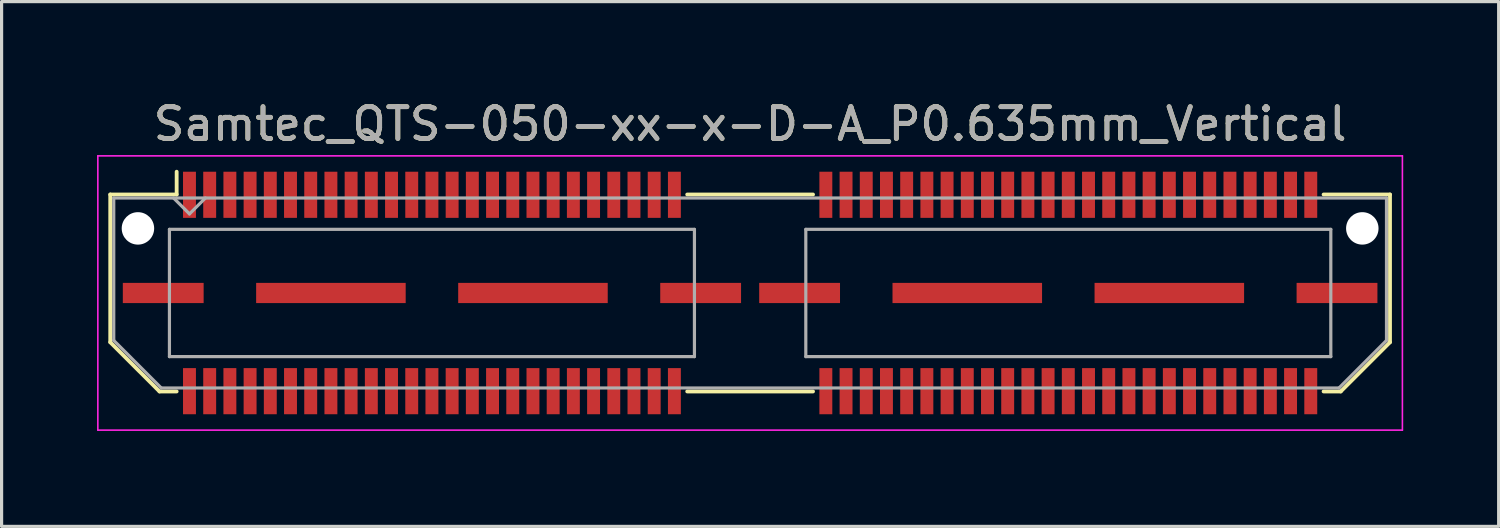
<source format=kicad_pcb>
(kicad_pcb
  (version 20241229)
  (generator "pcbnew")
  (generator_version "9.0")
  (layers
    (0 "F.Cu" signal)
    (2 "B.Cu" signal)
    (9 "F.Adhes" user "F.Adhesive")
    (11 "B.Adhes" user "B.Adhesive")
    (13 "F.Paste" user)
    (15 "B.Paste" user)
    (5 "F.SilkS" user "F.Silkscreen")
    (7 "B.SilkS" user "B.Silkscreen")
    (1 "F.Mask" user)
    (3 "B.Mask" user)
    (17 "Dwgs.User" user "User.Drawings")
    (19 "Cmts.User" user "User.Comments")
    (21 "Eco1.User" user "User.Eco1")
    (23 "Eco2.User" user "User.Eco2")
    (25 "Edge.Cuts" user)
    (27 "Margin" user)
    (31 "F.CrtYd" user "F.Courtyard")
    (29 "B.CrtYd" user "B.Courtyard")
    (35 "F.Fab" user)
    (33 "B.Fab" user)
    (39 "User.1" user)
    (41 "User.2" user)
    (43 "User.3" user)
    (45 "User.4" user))
  (footprint "Samtec_QTS-050-xx-x-D-A_P0.635mm_Vertical"
    (layer "F.Cu")
    (at 20.525 6.158)
    (property "Reference" "Samtec_QTS-050-xx-x-D-A_P0.635mm_Vertical" (at 0 -5.31 0) (layer "F.SilkS") (effects (font (size 1 1) (thickness 0.15))))
    (attr smd)
    (fp_line (start -20.11 -3.095) (end -20.11 1.548) (stroke (width 0.12) (type solid)) (layer "F.SilkS"))
    (fp_line (start -20.11 1.548) (end -18.562 3.095) (stroke (width 0.12) (type solid)) (layer "F.SilkS"))
    (fp_line (start -18.562 3.095) (end -18.023 3.095) (stroke (width 0.12) (type solid)) (layer "F.SilkS"))
    (fp_line (start -18.023 -3.811) (end -18.023 -3.095) (stroke (width 0.12) (type solid)) (layer "F.SilkS"))
    (fp_line (start -18.023 -3.095) (end -20.11 -3.095) (stroke (width 0.12) (type solid)) (layer "F.SilkS"))
    (fp_line (start -1.977 -3.095) (end 1.977 -3.095) (stroke (width 0.12) (type solid)) (layer "F.SilkS"))
    (fp_line (start -1.977 3.095) (end 1.977 3.095) (stroke (width 0.12) (type solid)) (layer "F.SilkS"))
    (fp_line (start 18.023 -3.095) (end 20.11 -3.095) (stroke (width 0.12) (type solid)) (layer "F.SilkS"))
    (fp_line (start 18.562 3.095) (end 18.023 3.095) (stroke (width 0.12) (type solid)) (layer "F.SilkS"))
    (fp_line (start 20.11 -3.095) (end 20.11 1.548) (stroke (width 0.12) (type solid)) (layer "F.SilkS"))
    (fp_line (start 20.11 1.548) (end 18.562 3.095) (stroke (width 0.12) (type solid)) (layer "F.SilkS"))
    (fp_line (start -20.5 -4.31) (end -20.5 4.31) (stroke (width 0.05) (type solid)) (layer "F.CrtYd"))
    (fp_line (start -20.5 4.31) (end 20.5 4.31) (stroke (width 0.05) (type solid)) (layer "F.CrtYd"))
    (fp_line (start 20.5 -4.31) (end -20.5 -4.31) (stroke (width 0.05) (type solid)) (layer "F.CrtYd"))
    (fp_line (start 20.5 4.31) (end 20.5 -4.31) (stroke (width 0.05) (type solid)) (layer "F.CrtYd"))
    (fp_line (start -20 -2.985) (end -20 1.492) (stroke (width 0.1) (type solid)) (layer "F.Fab"))
    (fp_line (start -20 -2.985) (end 20 -2.985) (stroke (width 0.1) (type solid)) (layer "F.Fab"))
    (fp_line (start -20 1.492) (end -18.508 2.985) (stroke (width 0.1) (type solid)) (layer "F.Fab"))
    (fp_line (start -18.508 2.985) (end 18.508 2.985) (stroke (width 0.1) (type solid)) (layer "F.Fab"))
    (fp_line (start -18.25 -2) (end -18.25 2) (stroke (width 0.1) (type solid)) (layer "F.Fab"))
    (fp_line (start -18.25 2) (end -1.75 2) (stroke (width 0.1) (type solid)) (layer "F.Fab"))
    (fp_line (start -17.62 -2.485) (end -18.12 -2.985) (stroke (width 0.1) (type solid)) (layer "F.Fab"))
    (fp_line (start -17.12 -2.985) (end -17.62 -2.485) (stroke (width 0.1) (type solid)) (layer "F.Fab"))
    (fp_line (start -1.75 -2) (end -18.25 -2) (stroke (width 0.1) (type solid)) (layer "F.Fab"))
    (fp_line (start -1.75 2) (end -1.75 -2) (stroke (width 0.1) (type solid)) (layer "F.Fab"))
    (fp_line (start 1.75 -2) (end 1.75 2) (stroke (width 0.1) (type solid)) (layer "F.Fab"))
    (fp_line (start 1.75 2) (end 18.25 2) (stroke (width 0.1) (type solid)) (layer "F.Fab"))
    (fp_line (start 18.25 -2) (end 1.75 -2) (stroke (width 0.1) (type solid)) (layer "F.Fab"))
    (fp_line (start 18.25 2) (end 18.25 -2) (stroke (width 0.1) (type solid)) (layer "F.Fab"))
    (fp_line (start 20 -2.985) (end 20 1.492) (stroke (width 0.1) (type solid)) (layer "F.Fab"))
    (fp_line (start 20 1.492) (end 18.508 2.985) (stroke (width 0.1) (type solid)) (layer "F.Fab"))
    (fp_text user "${REFERENCE}" (at 0 -5.31 0) (layer "F.Fab") (effects (font (size 1 1) (thickness 0.15))))
    (pad "" np_thru_hole circle (at -19.24 -2.03) (size 1.02 1.02) (drill 1.02) (layers "*.Cu" "*.Mask"))
    (pad "" np_thru_hole circle (at 19.24 -2.03) (size 1.02 1.02) (drill 1.02) (layers "*.Cu" "*.Mask"))
    (pad "1" smd rect (at -17.62 -3.086) (size 0.406 1.45) (layers "F.Cu" "F.Mask" "F.Paste"))
    (pad "2" smd rect (at -17.62 3.086) (size 0.406 1.45) (layers "F.Cu" "F.Mask" "F.Paste"))
    (pad "3" smd rect (at -16.985 -3.086) (size 0.406 1.45) (layers "F.Cu" "F.Mask" "F.Paste"))
    (pad "4" smd rect (at -16.985 3.086) (size 0.406 1.45) (layers "F.Cu" "F.Mask" "F.Paste"))
    (pad "5" smd rect (at -16.35 -3.086) (size 0.406 1.45) (layers "F.Cu" "F.Mask" "F.Paste"))
    (pad "6" smd rect (at -16.35 3.086) (size 0.406 1.45) (layers "F.Cu" "F.Mask" "F.Paste"))
    (pad "7" smd rect (at -15.715 -3.086) (size 0.406 1.45) (layers "F.Cu" "F.Mask" "F.Paste"))
    (pad "8" smd rect (at -15.715 3.086) (size 0.406 1.45) (layers "F.Cu" "F.Mask" "F.Paste"))
    (pad "9" smd rect (at -15.08 -3.086) (size 0.406 1.45) (layers "F.Cu" "F.Mask" "F.Paste"))
    (pad "10" smd rect (at -15.08 3.086) (size 0.406 1.45) (layers "F.Cu" "F.Mask" "F.Paste"))
    (pad "11" smd rect (at -14.445 -3.086) (size 0.406 1.45) (layers "F.Cu" "F.Mask" "F.Paste"))
    (pad "12" smd rect (at -14.445 3.086) (size 0.406 1.45) (layers "F.Cu" "F.Mask" "F.Paste"))
    (pad "13" smd rect (at -13.81 -3.086) (size 0.406 1.45) (layers "F.Cu" "F.Mask" "F.Paste"))
    (pad "14" smd rect (at -13.81 3.086) (size 0.406 1.45) (layers "F.Cu" "F.Mask" "F.Paste"))
    (pad "15" smd rect (at -13.175 -3.086) (size 0.406 1.45) (layers "F.Cu" "F.Mask" "F.Paste"))
    (pad "16" smd rect (at -13.175 3.086) (size 0.406 1.45) (layers "F.Cu" "F.Mask" "F.Paste"))
    (pad "17" smd rect (at -12.54 -3.086) (size 0.406 1.45) (layers "F.Cu" "F.Mask" "F.Paste"))
    (pad "18" smd rect (at -12.54 3.086) (size 0.406 1.45) (layers "F.Cu" "F.Mask" "F.Paste"))
    (pad "19" smd rect (at -11.905 -3.086) (size 0.406 1.45) (layers "F.Cu" "F.Mask" "F.Paste"))
    (pad "20" smd rect (at -11.905 3.086) (size 0.406 1.45) (layers "F.Cu" "F.Mask" "F.Paste"))
    (pad "21" smd rect (at -11.27 -3.086) (size 0.406 1.45) (layers "F.Cu" "F.Mask" "F.Paste"))
    (pad "22" smd rect (at -11.27 3.086) (size 0.406 1.45) (layers "F.Cu" "F.Mask" "F.Paste"))
    (pad "23" smd rect (at -10.635 -3.086) (size 0.406 1.45) (layers "F.Cu" "F.Mask" "F.Paste"))
    (pad "24" smd rect (at -10.635 3.086) (size 0.406 1.45) (layers "F.Cu" "F.Mask" "F.Paste"))
    (pad "25" smd rect (at -10 -3.086) (size 0.406 1.45) (layers "F.Cu" "F.Mask" "F.Paste"))
    (pad "26" smd rect (at -10 3.086) (size 0.406 1.45) (layers "F.Cu" "F.Mask" "F.Paste"))
    (pad "27" smd rect (at -9.365 -3.086) (size 0.406 1.45) (layers "F.Cu" "F.Mask" "F.Paste"))
    (pad "28" smd rect (at -9.365 3.086) (size 0.406 1.45) (layers "F.Cu" "F.Mask" "F.Paste"))
    (pad "29" smd rect (at -8.73 -3.086) (size 0.406 1.45) (layers "F.Cu" "F.Mask" "F.Paste"))
    (pad "30" smd rect (at -8.73 3.086) (size 0.406 1.45) (layers "F.Cu" "F.Mask" "F.Paste"))
    (pad "31" smd rect (at -8.095 -3.086) (size 0.406 1.45) (layers "F.Cu" "F.Mask" "F.Paste"))
    (pad "32" smd rect (at -8.095 3.086) (size 0.406 1.45) (layers "F.Cu" "F.Mask" "F.Paste"))
    (pad "33" smd rect (at -7.46 -3.086) (size 0.406 1.45) (layers "F.Cu" "F.Mask" "F.Paste"))
    (pad "34" smd rect (at -7.46 3.086) (size 0.406 1.45) (layers "F.Cu" "F.Mask" "F.Paste"))
    (pad "35" smd rect (at -6.825 -3.086) (size 0.406 1.45) (layers "F.Cu" "F.Mask" "F.Paste"))
    (pad "36" smd rect (at -6.825 3.086) (size 0.406 1.45) (layers "F.Cu" "F.Mask" "F.Paste"))
    (pad "37" smd rect (at -6.19 -3.086) (size 0.406 1.45) (layers "F.Cu" "F.Mask" "F.Paste"))
    (pad "38" smd rect (at -6.19 3.086) (size 0.406 1.45) (layers "F.Cu" "F.Mask" "F.Paste"))
    (pad "39" smd rect (at -5.555 -3.086) (size 0.406 1.45) (layers "F.Cu" "F.Mask" "F.Paste"))
    (pad "40" smd rect (at -5.555 3.086) (size 0.406 1.45) (layers "F.Cu" "F.Mask" "F.Paste"))
    (pad "41" smd rect (at -4.92 -3.086) (size 0.406 1.45) (layers "F.Cu" "F.Mask" "F.Paste"))
    (pad "42" smd rect (at -4.92 3.086) (size 0.406 1.45) (layers "F.Cu" "F.Mask" "F.Paste"))
    (pad "43" smd rect (at -4.285 -3.086) (size 0.406 1.45) (layers "F.Cu" "F.Mask" "F.Paste"))
    (pad "44" smd rect (at -4.285 3.086) (size 0.406 1.45) (layers "F.Cu" "F.Mask" "F.Paste"))
    (pad "45" smd rect (at -3.65 -3.086) (size 0.406 1.45) (layers "F.Cu" "F.Mask" "F.Paste"))
    (pad "46" smd rect (at -3.65 3.086) (size 0.406 1.45) (layers "F.Cu" "F.Mask" "F.Paste"))
    (pad "47" smd rect (at -3.015 -3.086) (size 0.406 1.45) (layers "F.Cu" "F.Mask" "F.Paste"))
    (pad "48" smd rect (at -3.015 3.086) (size 0.406 1.45) (layers "F.Cu" "F.Mask" "F.Paste"))
    (pad "49" smd rect (at -2.38 -3.086) (size 0.406 1.45) (layers "F.Cu" "F.Mask" "F.Paste"))
    (pad "50" smd rect (at -2.38 3.086) (size 0.406 1.45) (layers "F.Cu" "F.Mask" "F.Paste"))
    (pad "51" smd rect (at 2.38 -3.086) (size 0.406 1.45) (layers "F.Cu" "F.Mask" "F.Paste"))
    (pad "52" smd rect (at 2.38 3.086) (size 0.406 1.45) (layers "F.Cu" "F.Mask" "F.Paste"))
    (pad "53" smd rect (at 3.015 -3.086) (size 0.406 1.45) (layers "F.Cu" "F.Mask" "F.Paste"))
    (pad "54" smd rect (at 3.015 3.086) (size 0.406 1.45) (layers "F.Cu" "F.Mask" "F.Paste"))
    (pad "55" smd rect (at 3.65 -3.086) (size 0.406 1.45) (layers "F.Cu" "F.Mask" "F.Paste"))
    (pad "56" smd rect (at 3.65 3.086) (size 0.406 1.45) (layers "F.Cu" "F.Mask" "F.Paste"))
    (pad "57" smd rect (at 4.285 -3.086) (size 0.406 1.45) (layers "F.Cu" "F.Mask" "F.Paste"))
    (pad "58" smd rect (at 4.285 3.086) (size 0.406 1.45) (layers "F.Cu" "F.Mask" "F.Paste"))
    (pad "59" smd rect (at 4.92 -3.086) (size 0.406 1.45) (layers "F.Cu" "F.Mask" "F.Paste"))
    (pad "60" smd rect (at 4.92 3.086) (size 0.406 1.45) (layers "F.Cu" "F.Mask" "F.Paste"))
    (pad "61" smd rect (at 5.555 -3.086) (size 0.406 1.45) (layers "F.Cu" "F.Mask" "F.Paste"))
    (pad "62" smd rect (at 5.555 3.086) (size 0.406 1.45) (layers "F.Cu" "F.Mask" "F.Paste"))
    (pad "63" smd rect (at 6.19 -3.086) (size 0.406 1.45) (layers "F.Cu" "F.Mask" "F.Paste"))
    (pad "64" smd rect (at 6.19 3.086) (size 0.406 1.45) (layers "F.Cu" "F.Mask" "F.Paste"))
    (pad "65" smd rect (at 6.825 -3.086) (size 0.406 1.45) (layers "F.Cu" "F.Mask" "F.Paste"))
    (pad "66" smd rect (at 6.825 3.086) (size 0.406 1.45) (layers "F.Cu" "F.Mask" "F.Paste"))
    (pad "67" smd rect (at 7.46 -3.086) (size 0.406 1.45) (layers "F.Cu" "F.Mask" "F.Paste"))
    (pad "68" smd rect (at 7.46 3.086) (size 0.406 1.45) (layers "F.Cu" "F.Mask" "F.Paste"))
    (pad "69" smd rect (at 8.095 -3.086) (size 0.406 1.45) (layers "F.Cu" "F.Mask" "F.Paste"))
    (pad "70" smd rect (at 8.095 3.086) (size 0.406 1.45) (layers "F.Cu" "F.Mask" "F.Paste"))
    (pad "71" smd rect (at 8.73 -3.086) (size 0.406 1.45) (layers "F.Cu" "F.Mask" "F.Paste"))
    (pad "72" smd rect (at 8.73 3.086) (size 0.406 1.45) (layers "F.Cu" "F.Mask" "F.Paste"))
    (pad "73" smd rect (at 9.365 -3.086) (size 0.406 1.45) (layers "F.Cu" "F.Mask" "F.Paste"))
    (pad "74" smd rect (at 9.365 3.086) (size 0.406 1.45) (layers "F.Cu" "F.Mask" "F.Paste"))
    (pad "75" smd rect (at 10 -3.086) (size 0.406 1.45) (layers "F.Cu" "F.Mask" "F.Paste"))
    (pad "76" smd rect (at 10 3.086) (size 0.406 1.45) (layers "F.Cu" "F.Mask" "F.Paste"))
    (pad "77" smd rect (at 10.635 -3.086) (size 0.406 1.45) (layers "F.Cu" "F.Mask" "F.Paste"))
    (pad "78" smd rect (at 10.635 3.086) (size 0.406 1.45) (layers "F.Cu" "F.Mask" "F.Paste"))
    (pad "79" smd rect (at 11.27 -3.086) (size 0.406 1.45) (layers "F.Cu" "F.Mask" "F.Paste"))
    (pad "80" smd rect (at 11.27 3.086) (size 0.406 1.45) (layers "F.Cu" "F.Mask" "F.Paste"))
    (pad "81" smd rect (at 11.905 -3.086) (size 0.406 1.45) (layers "F.Cu" "F.Mask" "F.Paste"))
    (pad "82" smd rect (at 11.905 3.086) (size 0.406 1.45) (layers "F.Cu" "F.Mask" "F.Paste"))
    (pad "83" smd rect (at 12.54 -3.086) (size 0.406 1.45) (layers "F.Cu" "F.Mask" "F.Paste"))
    (pad "84" smd rect (at 12.54 3.086) (size 0.406 1.45) (layers "F.Cu" "F.Mask" "F.Paste"))
    (pad "85" smd rect (at 13.175 -3.086) (size 0.406 1.45) (layers "F.Cu" "F.Mask" "F.Paste"))
    (pad "86" smd rect (at 13.175 3.086) (size 0.406 1.45) (layers "F.Cu" "F.Mask" "F.Paste"))
    (pad "87" smd rect (at 13.81 -3.086) (size 0.406 1.45) (layers "F.Cu" "F.Mask" "F.Paste"))
    (pad "88" smd rect (at 13.81 3.086) (size 0.406 1.45) (layers "F.Cu" "F.Mask" "F.Paste"))
    (pad "89" smd rect (at 14.445 -3.086) (size 0.406 1.45) (layers "F.Cu" "F.Mask" "F.Paste"))
    (pad "90" smd rect (at 14.445 3.086) (size 0.406 1.45) (layers "F.Cu" "F.Mask" "F.Paste"))
    (pad "91" smd rect (at 15.08 -3.086) (size 0.406 1.45) (layers "F.Cu" "F.Mask" "F.Paste"))
    (pad "92" smd rect (at 15.08 3.086) (size 0.406 1.45) (layers "F.Cu" "F.Mask" "F.Paste"))
    (pad "93" smd rect (at 15.715 -3.086) (size 0.406 1.45) (layers "F.Cu" "F.Mask" "F.Paste"))
    (pad "94" smd rect (at 15.715 3.086) (size 0.406 1.45) (layers "F.Cu" "F.Mask" "F.Paste"))
    (pad "95" smd rect (at 16.35 -3.086) (size 0.406 1.45) (layers "F.Cu" "F.Mask" "F.Paste"))
    (pad "96" smd rect (at 16.35 3.086) (size 0.406 1.45) (layers "F.Cu" "F.Mask" "F.Paste"))
    (pad "97" smd rect (at 16.985 -3.086) (size 0.406 1.45) (layers "F.Cu" "F.Mask" "F.Paste"))
    (pad "98" smd rect (at 16.985 3.086) (size 0.406 1.45) (layers "F.Cu" "F.Mask" "F.Paste"))
    (pad "99" smd rect (at 17.62 -3.086) (size 0.406 1.45) (layers "F.Cu" "F.Mask" "F.Paste"))
    (pad "100" smd rect (at 17.62 3.086) (size 0.406 1.45) (layers "F.Cu" "F.Mask" "F.Paste"))
    (pad "P1" smd rect (at -18.445 0) (size 2.54 0.635) (layers "F.Cu" "F.Mask" "F.Paste"))
    (pad "P1" smd rect (at -13.175 0) (size 4.7 0.635) (layers "F.Cu" "F.Mask" "F.Paste"))
    (pad "P1" smd rect (at -6.825 0) (size 4.7 0.635) (layers "F.Cu" "F.Mask" "F.Paste"))
    (pad "P1" smd rect (at -1.555 0) (size 2.54 0.635) (layers "F.Cu" "F.Mask" "F.Paste"))
    (pad "P2" smd rect (at 1.555 0) (size 2.54 0.635) (layers "F.Cu" "F.Mask" "F.Paste"))
    (pad "P2" smd rect (at 6.825 0) (size 4.7 0.635) (layers "F.Cu" "F.Mask" "F.Paste"))
    (pad "P2" smd rect (at 13.175 0) (size 4.7 0.635) (layers "F.Cu" "F.Mask" "F.Paste"))
    (pad "P2" smd rect (at 18.445 0) (size 2.54 0.635) (layers "F.Cu" "F.Mask" "F.Paste")))
  (gr_rect
    (start -3 -3)
    (end 44.05 13.493)
    (stroke (width 0.1) (type default))
    (fill no)
    (layer "Edge.Cuts")))
</source>
